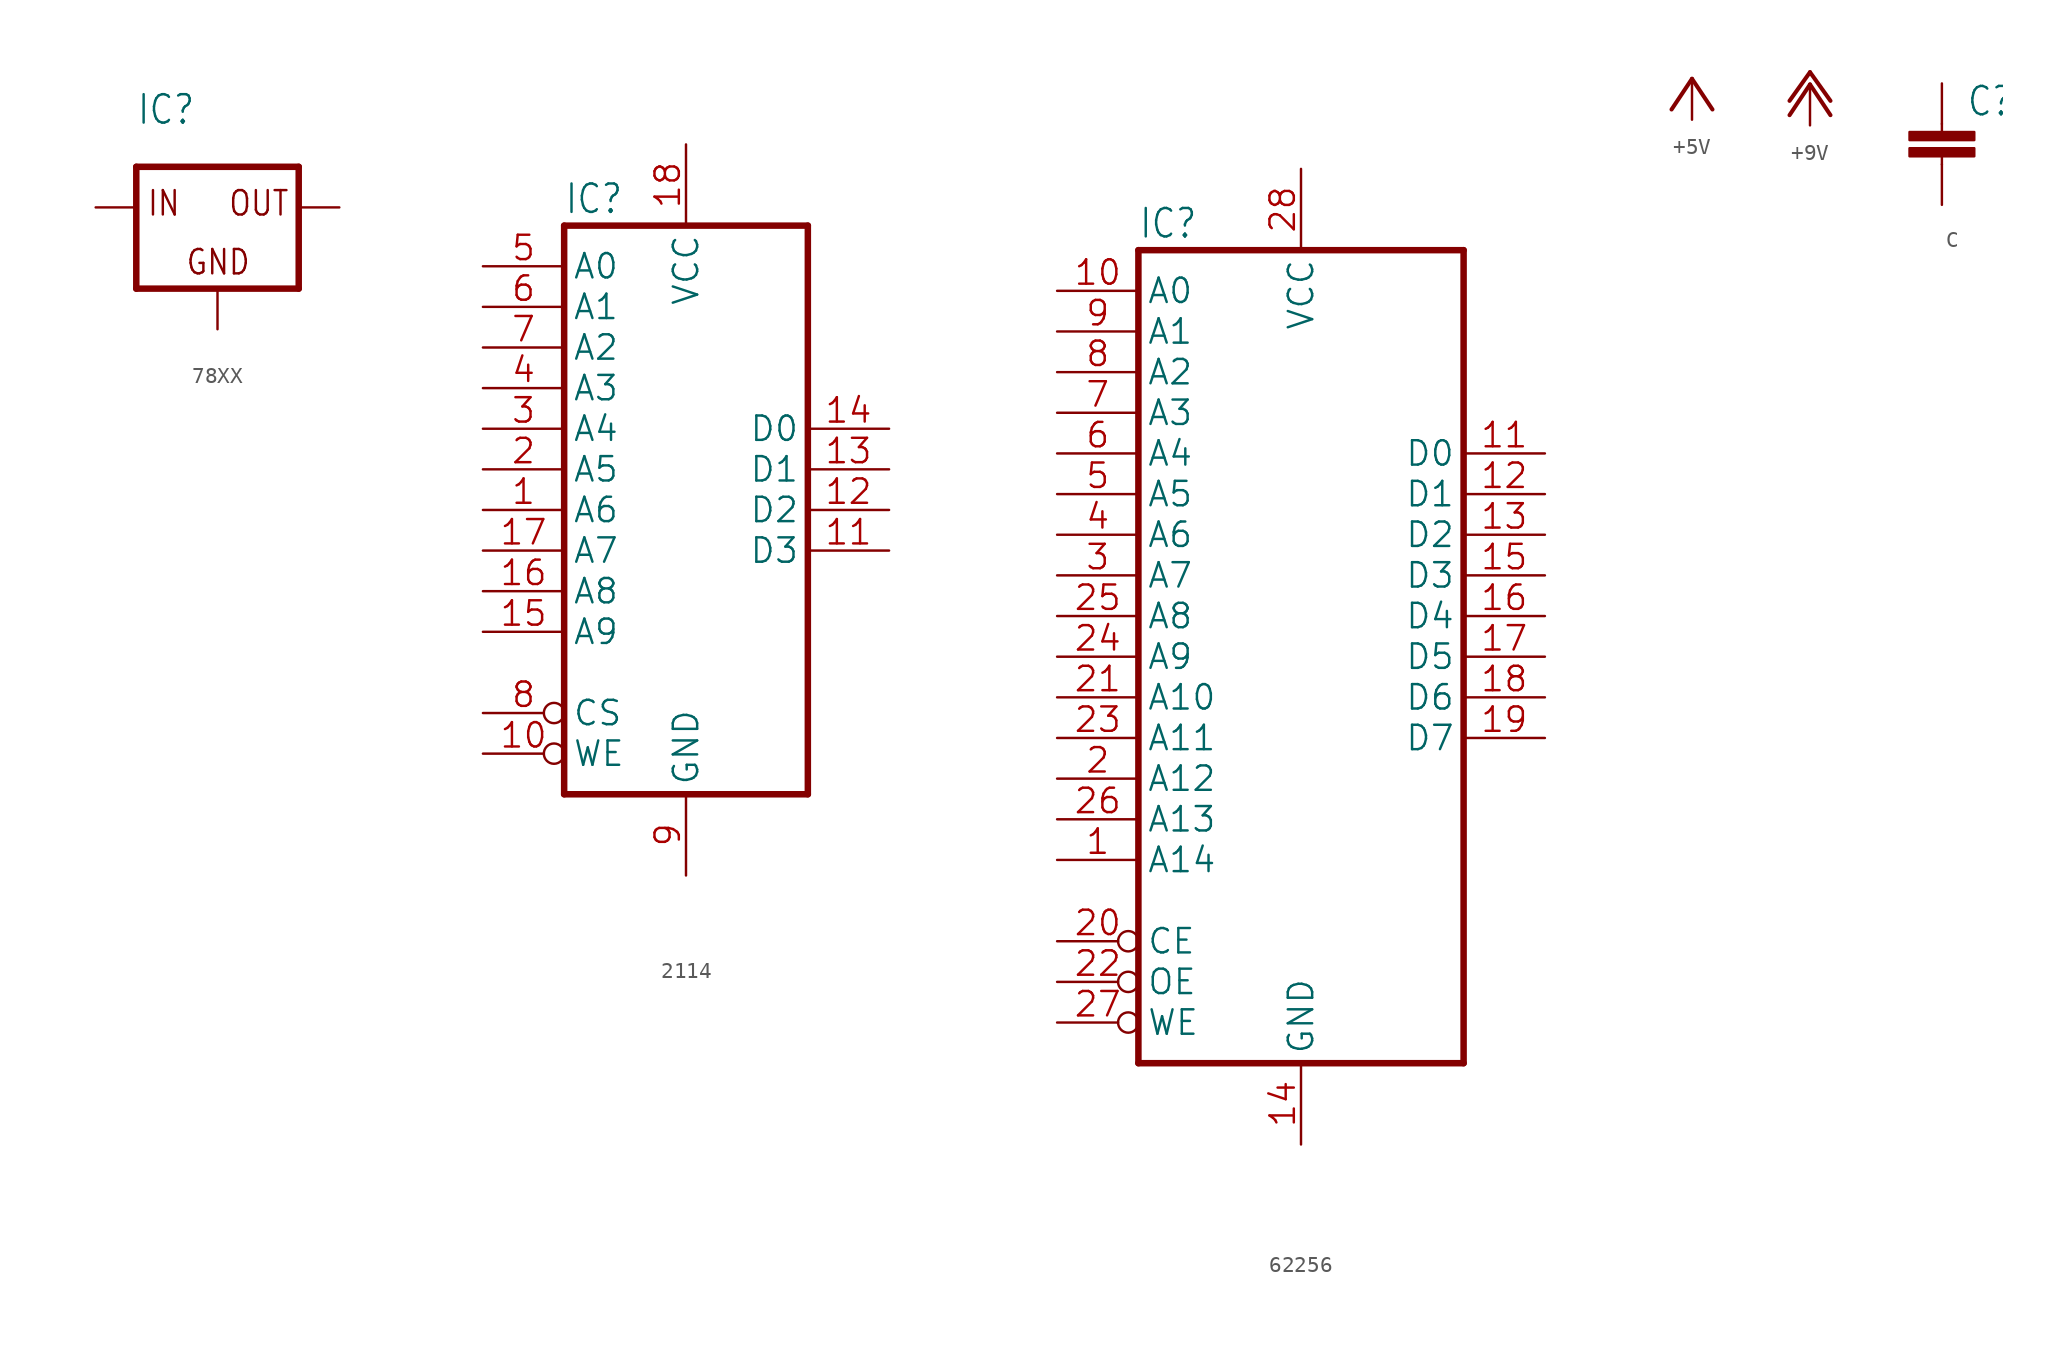
<source format=kicad_sym>
(kicad_symbol_lib
  (version 20241209)
  (generator "kicad_symbol_editor")
  (generator_version "9.0")
  (symbol "78XX"
    (property "Reference" "IC"
      (at -5.08 5.08 0)
      (effects (font (size 1.778 1.511)) (justify left bottom)))
    (property "Value" ""
      (at 2.54 -7.62 0)
      (effects (font (size 1.778 1.511)) (justify left bottom)))
    (property "ki_locked" ""
      (at 0 0 0)
      (effects (font (size 1.27 1.27))))
    (symbol "78XX_1_0"
      (polyline (pts (xy -5.08 2.54) (xy -5.08 -5.08)) (stroke (width 0.406) (type solid)) (fill (type none)))
      (polyline (pts (xy -5.08 -5.08) (xy 5.08 -5.08)) (stroke (width 0.406) (type solid)) (fill (type none)))
      (polyline (pts (xy 5.08 2.54) (xy -5.08 2.54)) (stroke (width 0.406) (type solid)) (fill (type none)))
      (polyline (pts (xy 5.08 -5.08) (xy 5.08 2.54)) (stroke (width 0.406) (type solid)) (fill (type none)))
      (text "IN" (at -4.445 -0.635 0) (effects (font (size 1.524 1.295)) (justify left bottom)))
      (text "GND" (at -2.032 -4.318 0) (effects (font (size 1.524 1.295)) (justify left bottom)))
      (text "OUT" (at 0.635 -0.635 0) (effects (font (size 1.524 1.295)) (justify left bottom)))
      (pin input line (at -7.62 0 0) (length 2.54) (name "IN" (effects (font (size 0 0)))) (number "IN" (effects (font (size 0 0)))))
      (pin input line (at 0 -7.62 90) (length 2.54) (name "GND" (effects (font (size 0 0)))) (number "GND" (effects (font (size 0 0)))))
      (pin passive line (at 7.62 0 180) (length 2.54) (name "OUT" (effects (font (size 0 0)))) (number "OUT" (effects (font (size 0 0)))))))
  (symbol "2114"
    (property "Reference" "IC"
      (at -7.62 18.415 0)
      (effects (font (size 1.778 1.511)) (justify left bottom)))
    (property "Value" ""
      (at -7.62 -20.32 0)
      (effects (font (size 1.778 1.511)) (justify left bottom)))
    (property "ki_locked" ""
      (at 0 0 0)
      (effects (font (size 1.27 1.27))))
    (symbol "2114_1_0"
      (polyline (pts (xy -7.62 -17.78) (xy -7.62 17.78)) (stroke (width 0.406) (type solid)) (fill (type none)))
      (polyline (pts (xy -7.62 -17.78) (xy 7.62 -17.78)) (stroke (width 0.406) (type solid)) (fill (type none)))
      (polyline (pts (xy 7.62 17.78) (xy -7.62 17.78)) (stroke (width 0.406) (type solid)) (fill (type none)))
      (polyline (pts (xy 7.62 17.78) (xy 7.62 -17.78)) (stroke (width 0.406) (type solid)) (fill (type none)))
      (pin output line (at -12.7 15.24 0) (length 5.08) (name "A0" (effects (font (size 1.524 1.524)))) (number "5" (effects (font (size 1.524 1.524)))))
      (pin output line (at -12.7 12.7 0) (length 5.08) (name "A1" (effects (font (size 1.524 1.524)))) (number "6" (effects (font (size 1.524 1.524)))))
      (pin output line (at -12.7 10.16 0) (length 5.08) (name "A2" (effects (font (size 1.524 1.524)))) (number "7" (effects (font (size 1.524 1.524)))))
      (pin output line (at -12.7 7.62 0) (length 5.08) (name "A3" (effects (font (size 1.524 1.524)))) (number "4" (effects (font (size 1.524 1.524)))))
      (pin output line (at -12.7 5.08 0) (length 5.08) (name "A4" (effects (font (size 1.524 1.524)))) (number "3" (effects (font (size 1.524 1.524)))))
      (pin output line (at -12.7 2.54 0) (length 5.08) (name "A5" (effects (font (size 1.524 1.524)))) (number "2" (effects (font (size 1.524 1.524)))))
      (pin output line (at -12.7 0 0) (length 5.08) (name "A6" (effects (font (size 1.524 1.524)))) (number "1" (effects (font (size 1.524 1.524)))))
      (pin output line (at -12.7 -2.54 0) (length 5.08) (name "A7" (effects (font (size 1.524 1.524)))) (number "17" (effects (font (size 1.524 1.524)))))
      (pin output line (at -12.7 -5.08 0) (length 5.08) (name "A8" (effects (font (size 1.524 1.524)))) (number "16" (effects (font (size 1.524 1.524)))))
      (pin output line (at -12.7 -7.62 0) (length 5.08) (name "A9" (effects (font (size 1.524 1.524)))) (number "15" (effects (font (size 1.524 1.524)))))
      (pin output inverted (at -12.7 -12.7 0) (length 5.08) (name "CS" (effects (font (size 1.524 1.524)))) (number "8" (effects (font (size 1.524 1.524)))))
      (pin output inverted (at -12.7 -15.24 0) (length 5.08) (name "WE" (effects (font (size 1.524 1.524)))) (number "10" (effects (font (size 1.524 1.524)))))
      (pin power_in line (at 0 22.86 270) (length 5.08) (name "VCC" (effects (font (size 1.524 1.524)))) (number "18" (effects (font (size 1.524 1.524)))))
      (pin power_in line (at 0 -22.86 90) (length 5.08) (name "GND" (effects (font (size 1.524 1.524)))) (number "9" (effects (font (size 1.524 1.524)))))
      (pin bidirectional line (at 12.7 5.08 180) (length 5.08) (name "D0" (effects (font (size 1.524 1.524)))) (number "14" (effects (font (size 1.524 1.524)))))
      (pin bidirectional line (at 12.7 2.54 180) (length 5.08) (name "D1" (effects (font (size 1.524 1.524)))) (number "13" (effects (font (size 1.524 1.524)))))
      (pin bidirectional line (at 12.7 0 180) (length 5.08) (name "D2" (effects (font (size 1.524 1.524)))) (number "12" (effects (font (size 1.524 1.524)))))
      (pin bidirectional line (at 12.7 -2.54 180) (length 5.08) (name "D3" (effects (font (size 1.524 1.524)))) (number "11" (effects (font (size 1.524 1.524)))))))
  (symbol "62256"
    (property "Reference" "IC"
      (at -10.16 26.035 0)
      (effects (font (size 1.778 1.511)) (justify left bottom)))
    (property "Value" ""
      (at -10.16 -27.94 0)
      (effects (font (size 1.778 1.511)) (justify left bottom)))
    (property "ki_locked" ""
      (at 0 0 0)
      (effects (font (size 1.27 1.27))))
    (symbol "62256_1_0"
      (polyline (pts (xy -10.16 -25.4) (xy -10.16 25.4)) (stroke (width 0.406) (type solid)) (fill (type none)))
      (polyline (pts (xy -10.16 -25.4) (xy 10.16 -25.4)) (stroke (width 0.406) (type solid)) (fill (type none)))
      (polyline (pts (xy 10.16 25.4) (xy -10.16 25.4)) (stroke (width 0.406) (type solid)) (fill (type none)))
      (polyline (pts (xy 10.16 25.4) (xy 10.16 -25.4)) (stroke (width 0.406) (type solid)) (fill (type none)))
      (pin input line (at -15.24 22.86 0) (length 5.08) (name "A0" (effects (font (size 1.524 1.524)))) (number "10" (effects (font (size 1.524 1.524)))))
      (pin input line (at -15.24 20.32 0) (length 5.08) (name "A1" (effects (font (size 1.524 1.524)))) (number "9" (effects (font (size 1.524 1.524)))))
      (pin input line (at -15.24 17.78 0) (length 5.08) (name "A2" (effects (font (size 1.524 1.524)))) (number "8" (effects (font (size 1.524 1.524)))))
      (pin input line (at -15.24 15.24 0) (length 5.08) (name "A3" (effects (font (size 1.524 1.524)))) (number "7" (effects (font (size 1.524 1.524)))))
      (pin input line (at -15.24 12.7 0) (length 5.08) (name "A4" (effects (font (size 1.524 1.524)))) (number "6" (effects (font (size 1.524 1.524)))))
      (pin input line (at -15.24 10.16 0) (length 5.08) (name "A5" (effects (font (size 1.524 1.524)))) (number "5" (effects (font (size 1.524 1.524)))))
      (pin input line (at -15.24 7.62 0) (length 5.08) (name "A6" (effects (font (size 1.524 1.524)))) (number "4" (effects (font (size 1.524 1.524)))))
      (pin input line (at -15.24 5.08 0) (length 5.08) (name "A7" (effects (font (size 1.524 1.524)))) (number "3" (effects (font (size 1.524 1.524)))))
      (pin input line (at -15.24 2.54 0) (length 5.08) (name "A8" (effects (font (size 1.524 1.524)))) (number "25" (effects (font (size 1.524 1.524)))))
      (pin input line (at -15.24 0 0) (length 5.08) (name "A9" (effects (font (size 1.524 1.524)))) (number "24" (effects (font (size 1.524 1.524)))))
      (pin input line (at -15.24 -2.54 0) (length 5.08) (name "A10" (effects (font (size 1.524 1.524)))) (number "21" (effects (font (size 1.524 1.524)))))
      (pin input line (at -15.24 -5.08 0) (length 5.08) (name "A11" (effects (font (size 1.524 1.524)))) (number "23" (effects (font (size 1.524 1.524)))))
      (pin input line (at -15.24 -7.62 0) (length 5.08) (name "A12" (effects (font (size 1.524 1.524)))) (number "2" (effects (font (size 1.524 1.524)))))
      (pin input line (at -15.24 -10.16 0) (length 5.08) (name "A13" (effects (font (size 1.524 1.524)))) (number "26" (effects (font (size 1.524 1.524)))))
      (pin input line (at -15.24 -12.7 0) (length 5.08) (name "A14" (effects (font (size 1.524 1.524)))) (number "1" (effects (font (size 1.524 1.524)))))
      (pin input inverted (at -15.24 -17.78 0) (length 5.08) (name "CE" (effects (font (size 1.524 1.524)))) (number "20" (effects (font (size 1.524 1.524)))))
      (pin input inverted (at -15.24 -20.32 0) (length 5.08) (name "OE" (effects (font (size 1.524 1.524)))) (number "22" (effects (font (size 1.524 1.524)))))
      (pin input inverted (at -15.24 -22.86 0) (length 5.08) (name "WE" (effects (font (size 1.524 1.524)))) (number "27" (effects (font (size 1.524 1.524)))))
      (pin power_in line (at 0 30.48 270) (length 5.08) (name "VCC" (effects (font (size 1.524 1.524)))) (number "28" (effects (font (size 1.524 1.524)))))
      (pin power_in line (at 0 -30.48 90) (length 5.08) (name "GND" (effects (font (size 1.524 1.524)))) (number "14" (effects (font (size 1.524 1.524)))))
      (pin bidirectional line (at 15.24 12.7 180) (length 5.08) (name "D0" (effects (font (size 1.524 1.524)))) (number "11" (effects (font (size 1.524 1.524)))))
      (pin bidirectional line (at 15.24 10.16 180) (length 5.08) (name "D1" (effects (font (size 1.524 1.524)))) (number "12" (effects (font (size 1.524 1.524)))))
      (pin bidirectional line (at 15.24 7.62 180) (length 5.08) (name "D2" (effects (font (size 1.524 1.524)))) (number "13" (effects (font (size 1.524 1.524)))))
      (pin bidirectional line (at 15.24 5.08 180) (length 5.08) (name "D3" (effects (font (size 1.524 1.524)))) (number "15" (effects (font (size 1.524 1.524)))))
      (pin bidirectional line (at 15.24 2.54 180) (length 5.08) (name "D4" (effects (font (size 1.524 1.524)))) (number "16" (effects (font (size 1.524 1.524)))))
      (pin bidirectional line (at 15.24 0 180) (length 5.08) (name "D5" (effects (font (size 1.524 1.524)))) (number "17" (effects (font (size 1.524 1.524)))))
      (pin bidirectional line (at 15.24 -2.54 180) (length 5.08) (name "D6" (effects (font (size 1.524 1.524)))) (number "18" (effects (font (size 1.524 1.524)))))
      (pin bidirectional line (at 15.24 -5.08 180) (length 5.08) (name "D7" (effects (font (size 1.524 1.524)))) (number "19" (effects (font (size 1.524 1.524)))))))
  (symbol "+5V"
    (power)
    (property "Reference" ""
      (at 0 0 0)
      (effects (font (size 1.27 1.27)) (hide yes)))
    (property "Value" ""
      (at 0 2.54 0)
      (effects (font (size 1.778 1.511)) (justify left bottom)))
    (property "ki_locked" ""
      (at 0 0 0)
      (effects (font (size 1.27 1.27))))
    (symbol "+5V_1_0"
      (polyline (pts (xy 0 2.54) (xy -1.27 0.635)) (stroke (width 0.254) (type solid)) (fill (type none)))
      (polyline (pts (xy 1.27 0.635) (xy 0 2.54)) (stroke (width 0.254) (type solid)) (fill (type none)))
      (pin power_in line (at 0 0 90) (length 2.54) (name "+5V" (effects (font (size 0 0)))) (number "1" (effects (font (size 0 0)))))))
  (symbol "+9V"
    (power)
    (property "Reference" ""
      (at 0 0 0)
      (effects (font (size 1.27 1.27)) (hide yes)))
    (property "Value" ""
      (at 0 2.54 0)
      (effects (font (size 1.778 1.511)) (justify left bottom)))
    (property "ki_locked" ""
      (at 0 0 0)
      (effects (font (size 1.27 1.27))))
    (symbol "+9V_1_0"
      (polyline (pts (xy -1.27 1.524) (xy 0 3.302)) (stroke (width 0.254) (type solid)) (fill (type none)))
      (polyline (pts (xy 0 3.302) (xy 1.27 1.524)) (stroke (width 0.254) (type solid)) (fill (type none)))
      (polyline (pts (xy 0 2.54) (xy -1.27 0.635)) (stroke (width 0.254) (type solid)) (fill (type none)))
      (polyline (pts (xy 1.27 0.635) (xy 0 2.54)) (stroke (width 0.254) (type solid)) (fill (type none)))
      (pin power_in line (at 0 0 90) (length 2.54) (name "+9V" (effects (font (size 0 0)))) (number "1" (effects (font (size 0 0)))))))
  (symbol "C"
    (property "Reference" "C"
      (at 1.524 0.381 0)
      (effects (font (size 1.778 1.511)) (justify left bottom)))
    (property "Value" ""
      (at 1.524 -4.699 0)
      (effects (font (size 1.778 1.511)) (justify left bottom)))
    (property "ki_locked" ""
      (at 0 0 0)
      (effects (font (size 1.27 1.27))))
    (symbol "C_1_0"
      (rectangle (start -2.032 -1.016) (end 2.032 -0.508) (stroke (width 0) (type default)) (fill (type outline)))
      (rectangle (start -2.032 -2.032) (end 2.032 -1.524) (stroke (width 0) (type default)) (fill (type outline)))
      (polyline (pts (xy 0 0) (xy 0 -0.508)) (stroke (width 0.152) (type solid)) (fill (type none)))
      (polyline (pts (xy 0 -2.54) (xy 0 -2.032)) (stroke (width 0.152) (type solid)) (fill (type none)))
      (pin passive line (at 0 2.54 270) (length 2.54) (name "1" (effects (font (size 0 0)))) (number "1" (effects (font (size 0 0)))))
      (pin passive line (at 0 -5.08 90) (length 2.54) (name "2" (effects (font (size 0 0)))) (number "2" (effects (font (size 0 0))))))))
</source>
